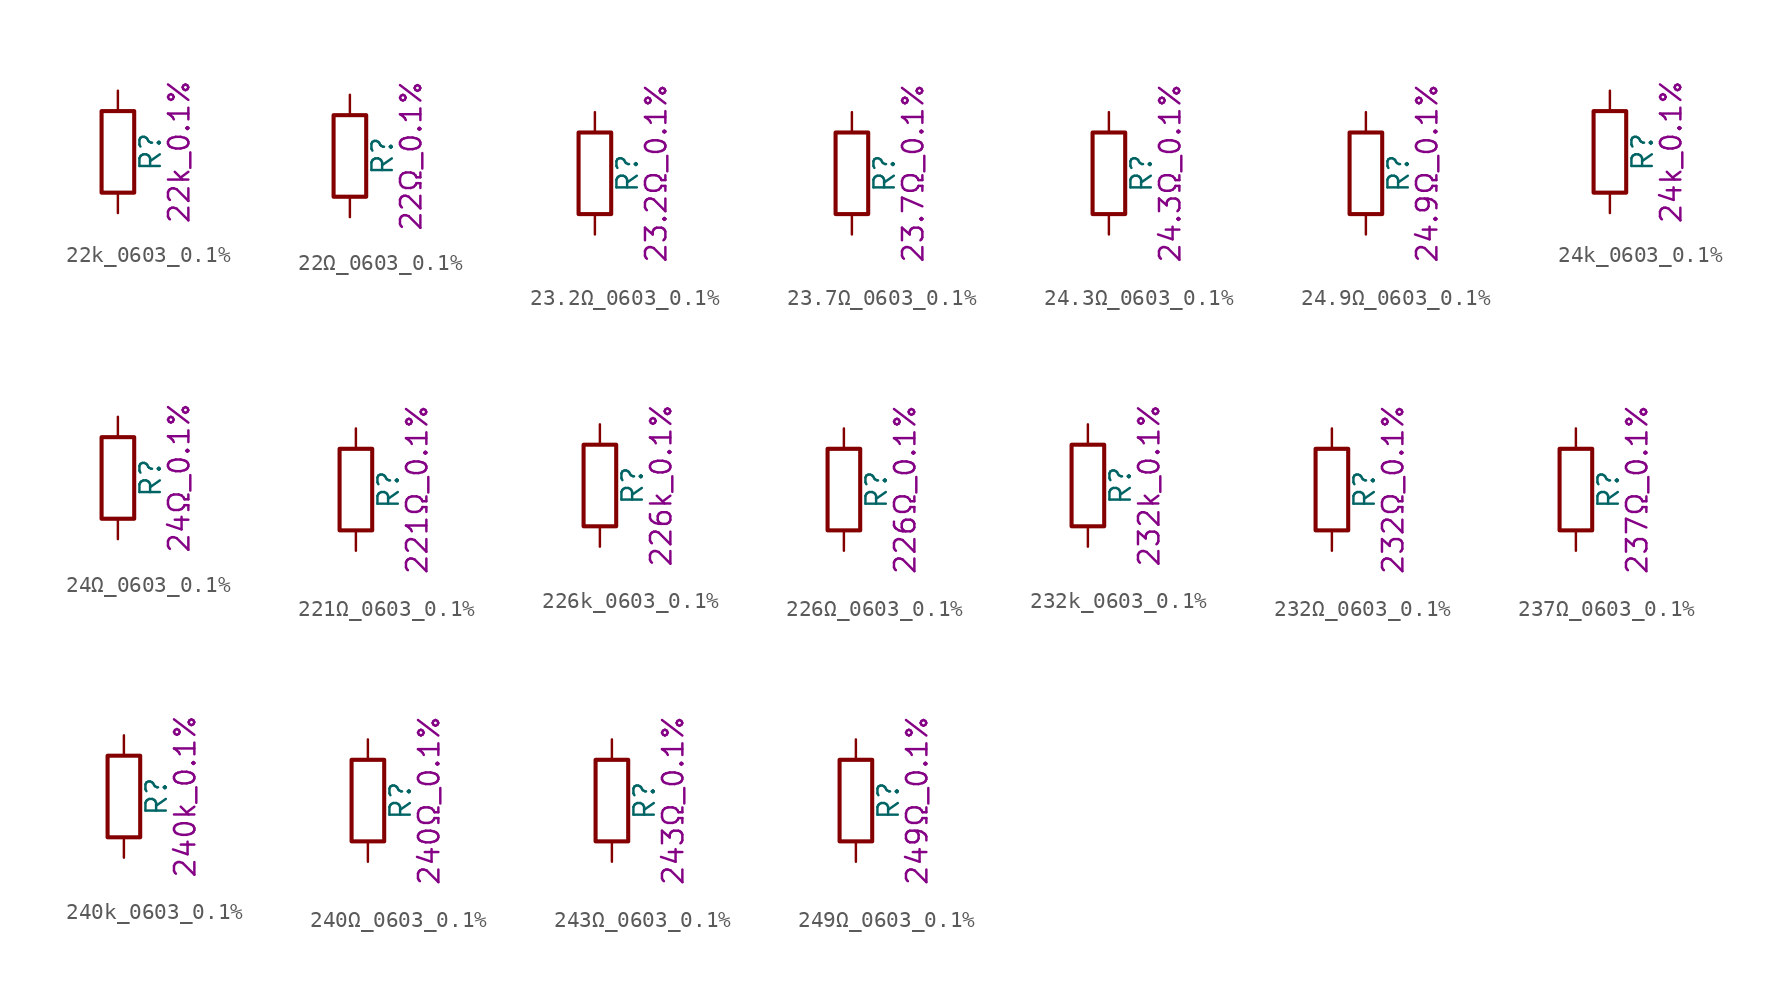
<source format=kicad_sym>
(kicad_symbol_lib
  (version 20211014)
  (generator kicad_symbol_editor)
  (symbol "22k_0603_0.1%"
    (pin_numbers hide)
    (pin_names
      (offset 0))
    (property "Reference" "R"
      (at 2.032 0 90)
      (effects (font (size 1.27 1.27))))
    (property "Display" "22k_0.1%"
      (at 3.81 0 90)
      (effects (font (size 1.27 1.27))))
    (symbol "22k_0603_0.1%_0_1"
      (rectangle (start -1.016 -2.54) (end 1.016 2.54) (stroke (width 0.254) (type default) (color 0 0 0 0)) (fill (type none))))
    (symbol "22k_0603_0.1%_1_1"
      (pin passive line (at 0 3.81 270) (length 1.27) (name "~" (effects (font (size 1.27 1.27)))) (number "1" (effects (font (size 1.27 1.27)))))
      (pin passive line (at 0 -3.81 90) (length 1.27) (name "~" (effects (font (size 1.27 1.27)))) (number "2" (effects (font (size 1.27 1.27)))))))
  (symbol "22Ω_0603_0.1%"
    (pin_numbers hide)
    (pin_names
      (offset 0))
    (property "Reference" "R"
      (at 2.032 0 90)
      (effects (font (size 1.27 1.27))))
    (property "Display" "22Ω_0.1%"
      (at 3.81 0 90)
      (effects (font (size 1.27 1.27))))
    (symbol "22Ω_0603_0.1%_0_1"
      (rectangle (start -1.016 -2.54) (end 1.016 2.54) (stroke (width 0.254) (type default) (color 0 0 0 0)) (fill (type none))))
    (symbol "22Ω_0603_0.1%_1_1"
      (pin passive line (at 0 3.81 270) (length 1.27) (name "~" (effects (font (size 1.27 1.27)))) (number "1" (effects (font (size 1.27 1.27)))))
      (pin passive line (at 0 -3.81 90) (length 1.27) (name "~" (effects (font (size 1.27 1.27)))) (number "2" (effects (font (size 1.27 1.27)))))))
  (symbol "23.2Ω_0603_0.1%"
    (pin_numbers hide)
    (pin_names
      (offset 0))
    (property "Reference" "R"
      (at 2.032 0 90)
      (effects (font (size 1.27 1.27))))
    (property "Display" "23.2Ω_0.1%"
      (at 3.81 0 90)
      (effects (font (size 1.27 1.27))))
    (symbol "23.2Ω_0603_0.1%_0_1"
      (rectangle (start -1.016 -2.54) (end 1.016 2.54) (stroke (width 0.254) (type default) (color 0 0 0 0)) (fill (type none))))
    (symbol "23.2Ω_0603_0.1%_1_1"
      (pin passive line (at 0 3.81 270) (length 1.27) (name "~" (effects (font (size 1.27 1.27)))) (number "1" (effects (font (size 1.27 1.27)))))
      (pin passive line (at 0 -3.81 90) (length 1.27) (name "~" (effects (font (size 1.27 1.27)))) (number "2" (effects (font (size 1.27 1.27)))))))
  (symbol "23.7Ω_0603_0.1%"
    (pin_numbers hide)
    (pin_names
      (offset 0))
    (property "Reference" "R"
      (at 2.032 0 90)
      (effects (font (size 1.27 1.27))))
    (property "Display" "23.7Ω_0.1%"
      (at 3.81 0 90)
      (effects (font (size 1.27 1.27))))
    (symbol "23.7Ω_0603_0.1%_0_1"
      (rectangle (start -1.016 -2.54) (end 1.016 2.54) (stroke (width 0.254) (type default) (color 0 0 0 0)) (fill (type none))))
    (symbol "23.7Ω_0603_0.1%_1_1"
      (pin passive line (at 0 3.81 270) (length 1.27) (name "~" (effects (font (size 1.27 1.27)))) (number "1" (effects (font (size 1.27 1.27)))))
      (pin passive line (at 0 -3.81 90) (length 1.27) (name "~" (effects (font (size 1.27 1.27)))) (number "2" (effects (font (size 1.27 1.27)))))))
  (symbol "24.3Ω_0603_0.1%"
    (pin_numbers hide)
    (pin_names
      (offset 0))
    (property "Reference" "R"
      (at 2.032 0 90)
      (effects (font (size 1.27 1.27))))
    (property "Display" "24.3Ω_0.1%"
      (at 3.81 0 90)
      (effects (font (size 1.27 1.27))))
    (symbol "24.3Ω_0603_0.1%_0_1"
      (rectangle (start -1.016 -2.54) (end 1.016 2.54) (stroke (width 0.254) (type default) (color 0 0 0 0)) (fill (type none))))
    (symbol "24.3Ω_0603_0.1%_1_1"
      (pin passive line (at 0 3.81 270) (length 1.27) (name "~" (effects (font (size 1.27 1.27)))) (number "1" (effects (font (size 1.27 1.27)))))
      (pin passive line (at 0 -3.81 90) (length 1.27) (name "~" (effects (font (size 1.27 1.27)))) (number "2" (effects (font (size 1.27 1.27)))))))
  (symbol "24.9Ω_0603_0.1%"
    (pin_numbers hide)
    (pin_names
      (offset 0))
    (property "Reference" "R"
      (at 2.032 0 90)
      (effects (font (size 1.27 1.27))))
    (property "Display" "24.9Ω_0.1%"
      (at 3.81 0 90)
      (effects (font (size 1.27 1.27))))
    (symbol "24.9Ω_0603_0.1%_0_1"
      (rectangle (start -1.016 -2.54) (end 1.016 2.54) (stroke (width 0.254) (type default) (color 0 0 0 0)) (fill (type none))))
    (symbol "24.9Ω_0603_0.1%_1_1"
      (pin passive line (at 0 3.81 270) (length 1.27) (name "~" (effects (font (size 1.27 1.27)))) (number "1" (effects (font (size 1.27 1.27)))))
      (pin passive line (at 0 -3.81 90) (length 1.27) (name "~" (effects (font (size 1.27 1.27)))) (number "2" (effects (font (size 1.27 1.27)))))))
  (symbol "24k_0603_0.1%"
    (pin_numbers hide)
    (pin_names
      (offset 0))
    (property "Reference" "R"
      (at 2.032 0 90)
      (effects (font (size 1.27 1.27))))
    (property "Display" "24k_0.1%"
      (at 3.81 0 90)
      (effects (font (size 1.27 1.27))))
    (symbol "24k_0603_0.1%_0_1"
      (rectangle (start -1.016 -2.54) (end 1.016 2.54) (stroke (width 0.254) (type default) (color 0 0 0 0)) (fill (type none))))
    (symbol "24k_0603_0.1%_1_1"
      (pin passive line (at 0 3.81 270) (length 1.27) (name "~" (effects (font (size 1.27 1.27)))) (number "1" (effects (font (size 1.27 1.27)))))
      (pin passive line (at 0 -3.81 90) (length 1.27) (name "~" (effects (font (size 1.27 1.27)))) (number "2" (effects (font (size 1.27 1.27)))))))
  (symbol "24Ω_0603_0.1%"
    (pin_numbers hide)
    (pin_names
      (offset 0))
    (property "Reference" "R"
      (at 2.032 0 90)
      (effects (font (size 1.27 1.27))))
    (property "Display" "24Ω_0.1%"
      (at 3.81 0 90)
      (effects (font (size 1.27 1.27))))
    (symbol "24Ω_0603_0.1%_0_1"
      (rectangle (start -1.016 -2.54) (end 1.016 2.54) (stroke (width 0.254) (type default) (color 0 0 0 0)) (fill (type none))))
    (symbol "24Ω_0603_0.1%_1_1"
      (pin passive line (at 0 3.81 270) (length 1.27) (name "~" (effects (font (size 1.27 1.27)))) (number "1" (effects (font (size 1.27 1.27)))))
      (pin passive line (at 0 -3.81 90) (length 1.27) (name "~" (effects (font (size 1.27 1.27)))) (number "2" (effects (font (size 1.27 1.27)))))))
  (symbol "221Ω_0603_0.1%"
    (pin_numbers hide)
    (pin_names
      (offset 0))
    (property "Reference" "R"
      (at 2.032 0 90)
      (effects (font (size 1.27 1.27))))
    (property "Display" "221Ω_0.1%"
      (at 3.81 0 90)
      (effects (font (size 1.27 1.27))))
    (symbol "221Ω_0603_0.1%_0_1"
      (rectangle (start -1.016 -2.54) (end 1.016 2.54) (stroke (width 0.254) (type default) (color 0 0 0 0)) (fill (type none))))
    (symbol "221Ω_0603_0.1%_1_1"
      (pin passive line (at 0 3.81 270) (length 1.27) (name "~" (effects (font (size 1.27 1.27)))) (number "1" (effects (font (size 1.27 1.27)))))
      (pin passive line (at 0 -3.81 90) (length 1.27) (name "~" (effects (font (size 1.27 1.27)))) (number "2" (effects (font (size 1.27 1.27)))))))
  (symbol "226k_0603_0.1%"
    (pin_numbers hide)
    (pin_names
      (offset 0))
    (property "Reference" "R"
      (at 2.032 0 90)
      (effects (font (size 1.27 1.27))))
    (property "Display" "226k_0.1%"
      (at 3.81 0 90)
      (effects (font (size 1.27 1.27))))
    (symbol "226k_0603_0.1%_0_1"
      (rectangle (start -1.016 -2.54) (end 1.016 2.54) (stroke (width 0.254) (type default) (color 0 0 0 0)) (fill (type none))))
    (symbol "226k_0603_0.1%_1_1"
      (pin passive line (at 0 3.81 270) (length 1.27) (name "~" (effects (font (size 1.27 1.27)))) (number "1" (effects (font (size 1.27 1.27)))))
      (pin passive line (at 0 -3.81 90) (length 1.27) (name "~" (effects (font (size 1.27 1.27)))) (number "2" (effects (font (size 1.27 1.27)))))))
  (symbol "226Ω_0603_0.1%"
    (pin_numbers hide)
    (pin_names
      (offset 0))
    (property "Reference" "R"
      (at 2.032 0 90)
      (effects (font (size 1.27 1.27))))
    (property "Display" "226Ω_0.1%"
      (at 3.81 0 90)
      (effects (font (size 1.27 1.27))))
    (symbol "226Ω_0603_0.1%_0_1"
      (rectangle (start -1.016 -2.54) (end 1.016 2.54) (stroke (width 0.254) (type default) (color 0 0 0 0)) (fill (type none))))
    (symbol "226Ω_0603_0.1%_1_1"
      (pin passive line (at 0 3.81 270) (length 1.27) (name "~" (effects (font (size 1.27 1.27)))) (number "1" (effects (font (size 1.27 1.27)))))
      (pin passive line (at 0 -3.81 90) (length 1.27) (name "~" (effects (font (size 1.27 1.27)))) (number "2" (effects (font (size 1.27 1.27)))))))
  (symbol "232k_0603_0.1%"
    (pin_numbers hide)
    (pin_names
      (offset 0))
    (property "Reference" "R"
      (at 2.032 0 90)
      (effects (font (size 1.27 1.27))))
    (property "Display" "232k_0.1%"
      (at 3.81 0 90)
      (effects (font (size 1.27 1.27))))
    (symbol "232k_0603_0.1%_0_1"
      (rectangle (start -1.016 -2.54) (end 1.016 2.54) (stroke (width 0.254) (type default) (color 0 0 0 0)) (fill (type none))))
    (symbol "232k_0603_0.1%_1_1"
      (pin passive line (at 0 3.81 270) (length 1.27) (name "~" (effects (font (size 1.27 1.27)))) (number "1" (effects (font (size 1.27 1.27)))))
      (pin passive line (at 0 -3.81 90) (length 1.27) (name "~" (effects (font (size 1.27 1.27)))) (number "2" (effects (font (size 1.27 1.27)))))))
  (symbol "232Ω_0603_0.1%"
    (pin_numbers hide)
    (pin_names
      (offset 0))
    (property "Reference" "R"
      (at 2.032 0 90)
      (effects (font (size 1.27 1.27))))
    (property "Display" "232Ω_0.1%"
      (at 3.81 0 90)
      (effects (font (size 1.27 1.27))))
    (symbol "232Ω_0603_0.1%_0_1"
      (rectangle (start -1.016 -2.54) (end 1.016 2.54) (stroke (width 0.254) (type default) (color 0 0 0 0)) (fill (type none))))
    (symbol "232Ω_0603_0.1%_1_1"
      (pin passive line (at 0 3.81 270) (length 1.27) (name "~" (effects (font (size 1.27 1.27)))) (number "1" (effects (font (size 1.27 1.27)))))
      (pin passive line (at 0 -3.81 90) (length 1.27) (name "~" (effects (font (size 1.27 1.27)))) (number "2" (effects (font (size 1.27 1.27)))))))
  (symbol "237Ω_0603_0.1%"
    (pin_numbers hide)
    (pin_names
      (offset 0))
    (property "Reference" "R"
      (at 2.032 0 90)
      (effects (font (size 1.27 1.27))))
    (property "Display" "237Ω_0.1%"
      (at 3.81 0 90)
      (effects (font (size 1.27 1.27))))
    (symbol "237Ω_0603_0.1%_0_1"
      (rectangle (start -1.016 -2.54) (end 1.016 2.54) (stroke (width 0.254) (type default) (color 0 0 0 0)) (fill (type none))))
    (symbol "237Ω_0603_0.1%_1_1"
      (pin passive line (at 0 3.81 270) (length 1.27) (name "~" (effects (font (size 1.27 1.27)))) (number "1" (effects (font (size 1.27 1.27)))))
      (pin passive line (at 0 -3.81 90) (length 1.27) (name "~" (effects (font (size 1.27 1.27)))) (number "2" (effects (font (size 1.27 1.27)))))))
  (symbol "240k_0603_0.1%"
    (pin_numbers hide)
    (pin_names
      (offset 0))
    (property "Reference" "R"
      (at 2.032 0 90)
      (effects (font (size 1.27 1.27))))
    (property "Display" "240k_0.1%"
      (at 3.81 0 90)
      (effects (font (size 1.27 1.27))))
    (symbol "240k_0603_0.1%_0_1"
      (rectangle (start -1.016 -2.54) (end 1.016 2.54) (stroke (width 0.254) (type default) (color 0 0 0 0)) (fill (type none))))
    (symbol "240k_0603_0.1%_1_1"
      (pin passive line (at 0 3.81 270) (length 1.27) (name "~" (effects (font (size 1.27 1.27)))) (number "1" (effects (font (size 1.27 1.27)))))
      (pin passive line (at 0 -3.81 90) (length 1.27) (name "~" (effects (font (size 1.27 1.27)))) (number "2" (effects (font (size 1.27 1.27)))))))
  (symbol "240Ω_0603_0.1%"
    (pin_numbers hide)
    (pin_names
      (offset 0))
    (property "Reference" "R"
      (at 2.032 0 90)
      (effects (font (size 1.27 1.27))))
    (property "Display" "240Ω_0.1%"
      (at 3.81 0 90)
      (effects (font (size 1.27 1.27))))
    (symbol "240Ω_0603_0.1%_0_1"
      (rectangle (start -1.016 -2.54) (end 1.016 2.54) (stroke (width 0.254) (type default) (color 0 0 0 0)) (fill (type none))))
    (symbol "240Ω_0603_0.1%_1_1"
      (pin passive line (at 0 3.81 270) (length 1.27) (name "~" (effects (font (size 1.27 1.27)))) (number "1" (effects (font (size 1.27 1.27)))))
      (pin passive line (at 0 -3.81 90) (length 1.27) (name "~" (effects (font (size 1.27 1.27)))) (number "2" (effects (font (size 1.27 1.27)))))))
  (symbol "243Ω_0603_0.1%"
    (pin_numbers hide)
    (pin_names
      (offset 0))
    (property "Reference" "R"
      (at 2.032 0 90)
      (effects (font (size 1.27 1.27))))
    (property "Display" "243Ω_0.1%"
      (at 3.81 0 90)
      (effects (font (size 1.27 1.27))))
    (symbol "243Ω_0603_0.1%_0_1"
      (rectangle (start -1.016 -2.54) (end 1.016 2.54) (stroke (width 0.254) (type default) (color 0 0 0 0)) (fill (type none))))
    (symbol "243Ω_0603_0.1%_1_1"
      (pin passive line (at 0 3.81 270) (length 1.27) (name "~" (effects (font (size 1.27 1.27)))) (number "1" (effects (font (size 1.27 1.27)))))
      (pin passive line (at 0 -3.81 90) (length 1.27) (name "~" (effects (font (size 1.27 1.27)))) (number "2" (effects (font (size 1.27 1.27)))))))
  (symbol "249Ω_0603_0.1%"
    (pin_numbers hide)
    (pin_names
      (offset 0))
    (property "Reference" "R"
      (at 2.032 0 90)
      (effects (font (size 1.27 1.27))))
    (property "Display" "249Ω_0.1%"
      (at 3.81 0 90)
      (effects (font (size 1.27 1.27))))
    (symbol "249Ω_0603_0.1%_0_1"
      (rectangle (start -1.016 -2.54) (end 1.016 2.54) (stroke (width 0.254) (type default) (color 0 0 0 0)) (fill (type none))))
    (symbol "249Ω_0603_0.1%_1_1"
      (pin passive line (at 0 3.81 270) (length 1.27) (name "~" (effects (font (size 1.27 1.27)))) (number "1" (effects (font (size 1.27 1.27)))))
      (pin passive line (at 0 -3.81 90) (length 1.27) (name "~" (effects (font (size 1.27 1.27)))) (number "2" (effects (font (size 1.27 1.27))))))))
</source>
